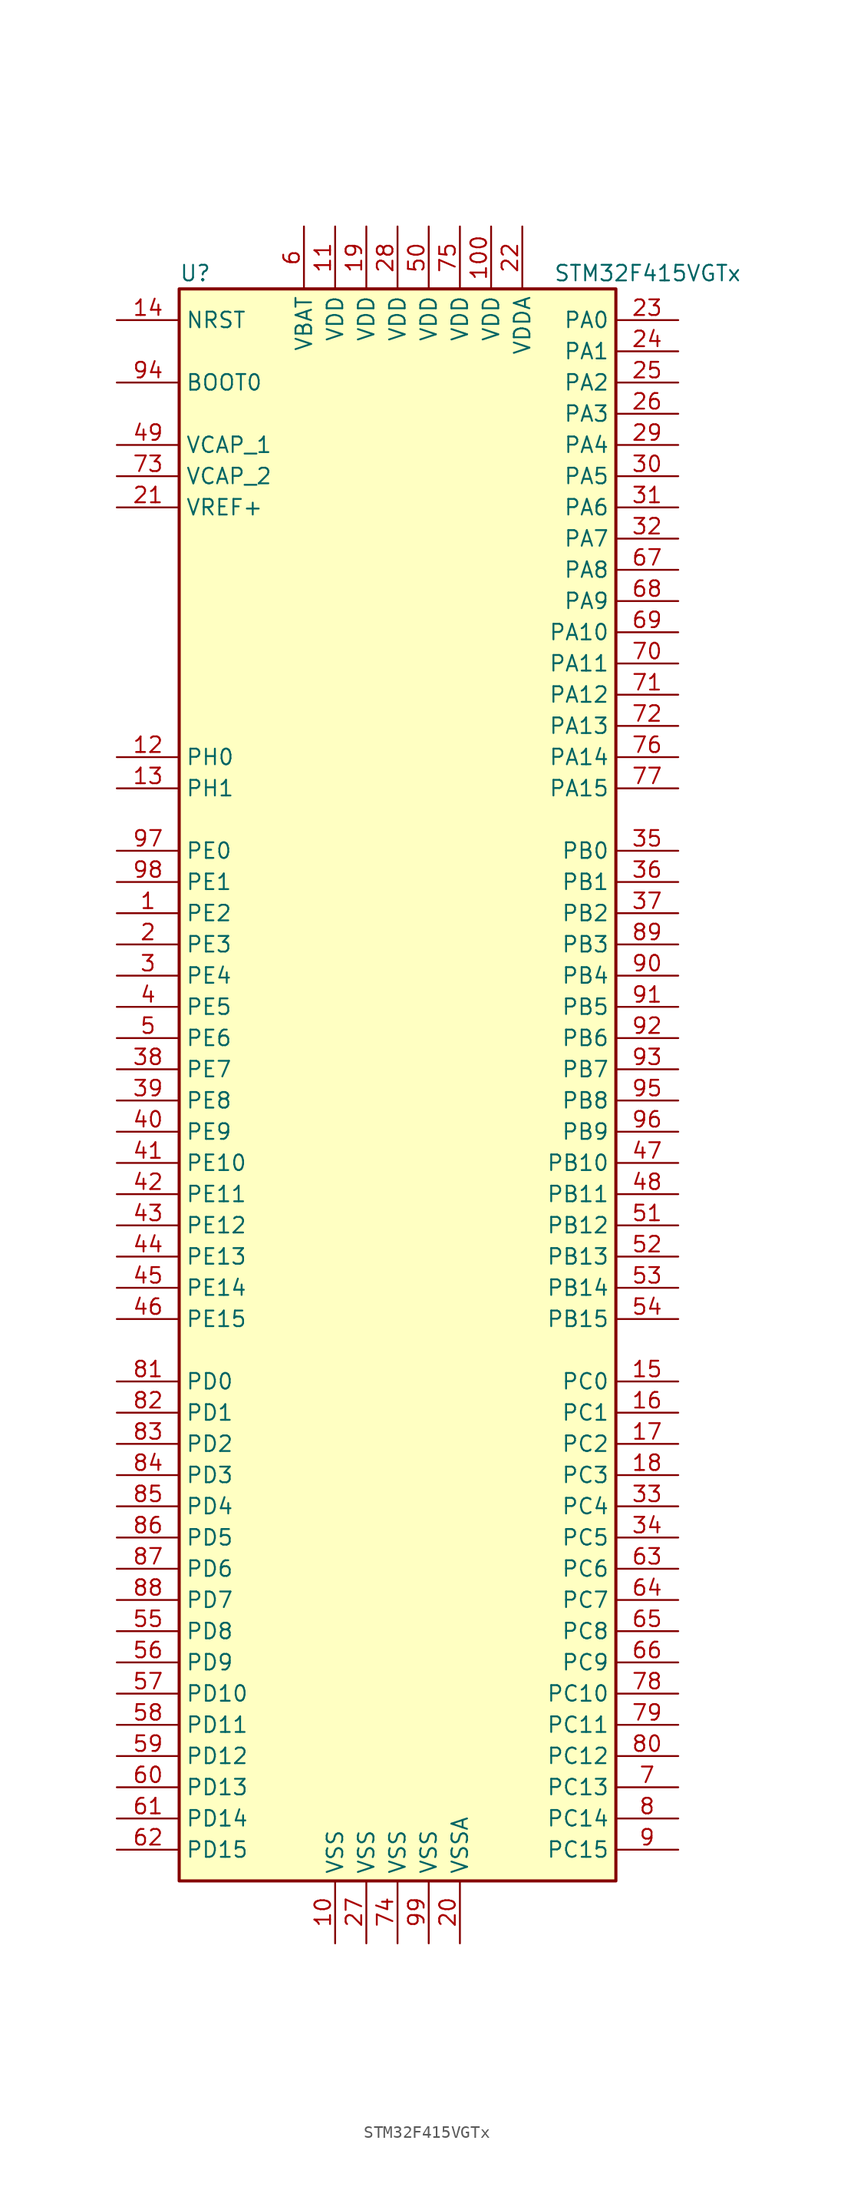
<source format=kicad_sym>
(kicad_symbol_lib
  (version 20201005)
  (generator kicad_symbol_editor)
  (symbol "STM32F415VGTx"
    (property "Reference" "U"
      (at -17.78 64.77 0)
      (effects (font (size 1.27 1.27)) (justify left)))
    (property "Value" "STM32F415VGTx"
      (at 12.7 64.77 0)
      (effects (font (size 1.27 1.27)) (justify left)))
    (symbol "STM32F415VGTx_0_1"
      (rectangle (start -17.78 -66.04) (end 17.78 63.5) (stroke (width 0.254)) (fill (type background))))
    (symbol "STM32F415VGTx_1_1"
      (pin bidirectional line (at -22.86 12.7 0) (length 5.08) (name "PE2" (effects (font (size 1.27 1.27)))) (number "1" (effects (font (size 1.27 1.27)))))
      (pin power_in line (at -5.08 -71.12 90) (length 5.08) (name "VSS" (effects (font (size 1.27 1.27)))) (number "10" (effects (font (size 1.27 1.27)))))
      (pin power_in line (at 7.62 68.58 270) (length 5.08) (name "VDD" (effects (font (size 1.27 1.27)))) (number "100" (effects (font (size 1.27 1.27)))))
      (pin power_in line (at -5.08 68.58 270) (length 5.08) (name "VDD" (effects (font (size 1.27 1.27)))) (number "11" (effects (font (size 1.27 1.27)))))
      (pin input line (at -22.86 25.4 0) (length 5.08) (name "PH0" (effects (font (size 1.27 1.27)))) (number "12" (effects (font (size 1.27 1.27)))))
      (pin input line (at -22.86 22.86 0) (length 5.08) (name "PH1" (effects (font (size 1.27 1.27)))) (number "13" (effects (font (size 1.27 1.27)))))
      (pin input line (at -22.86 60.96 0) (length 5.08) (name "NRST" (effects (font (size 1.27 1.27)))) (number "14" (effects (font (size 1.27 1.27)))))
      (pin bidirectional line (at 22.86 -25.4 180) (length 5.08) (name "PC0" (effects (font (size 1.27 1.27)))) (number "15" (effects (font (size 1.27 1.27)))))
      (pin bidirectional line (at 22.86 -27.94 180) (length 5.08) (name "PC1" (effects (font (size 1.27 1.27)))) (number "16" (effects (font (size 1.27 1.27)))))
      (pin bidirectional line (at 22.86 -30.48 180) (length 5.08) (name "PC2" (effects (font (size 1.27 1.27)))) (number "17" (effects (font (size 1.27 1.27)))))
      (pin bidirectional line (at 22.86 -33.02 180) (length 5.08) (name "PC3" (effects (font (size 1.27 1.27)))) (number "18" (effects (font (size 1.27 1.27)))))
      (pin power_in line (at -2.54 68.58 270) (length 5.08) (name "VDD" (effects (font (size 1.27 1.27)))) (number "19" (effects (font (size 1.27 1.27)))))
      (pin bidirectional line (at -22.86 10.16 0) (length 5.08) (name "PE3" (effects (font (size 1.27 1.27)))) (number "2" (effects (font (size 1.27 1.27)))))
      (pin power_in line (at 5.08 -71.12 90) (length 5.08) (name "VSSA" (effects (font (size 1.27 1.27)))) (number "20" (effects (font (size 1.27 1.27)))))
      (pin power_in line (at -22.86 45.72 0) (length 5.08) (name "VREF+" (effects (font (size 1.27 1.27)))) (number "21" (effects (font (size 1.27 1.27)))))
      (pin power_in line (at 10.16 68.58 270) (length 5.08) (name "VDDA" (effects (font (size 1.27 1.27)))) (number "22" (effects (font (size 1.27 1.27)))))
      (pin bidirectional line (at 22.86 60.96 180) (length 5.08) (name "PA0" (effects (font (size 1.27 1.27)))) (number "23" (effects (font (size 1.27 1.27)))))
      (pin bidirectional line (at 22.86 58.42 180) (length 5.08) (name "PA1" (effects (font (size 1.27 1.27)))) (number "24" (effects (font (size 1.27 1.27)))))
      (pin bidirectional line (at 22.86 55.88 180) (length 5.08) (name "PA2" (effects (font (size 1.27 1.27)))) (number "25" (effects (font (size 1.27 1.27)))))
      (pin bidirectional line (at 22.86 53.34 180) (length 5.08) (name "PA3" (effects (font (size 1.27 1.27)))) (number "26" (effects (font (size 1.27 1.27)))))
      (pin power_in line (at -2.54 -71.12 90) (length 5.08) (name "VSS" (effects (font (size 1.27 1.27)))) (number "27" (effects (font (size 1.27 1.27)))))
      (pin power_in line (at 0 68.58 270) (length 5.08) (name "VDD" (effects (font (size 1.27 1.27)))) (number "28" (effects (font (size 1.27 1.27)))))
      (pin bidirectional line (at 22.86 50.8 180) (length 5.08) (name "PA4" (effects (font (size 1.27 1.27)))) (number "29" (effects (font (size 1.27 1.27)))))
      (pin bidirectional line (at -22.86 7.62 0) (length 5.08) (name "PE4" (effects (font (size 1.27 1.27)))) (number "3" (effects (font (size 1.27 1.27)))))
      (pin bidirectional line (at 22.86 48.26 180) (length 5.08) (name "PA5" (effects (font (size 1.27 1.27)))) (number "30" (effects (font (size 1.27 1.27)))))
      (pin bidirectional line (at 22.86 45.72 180) (length 5.08) (name "PA6" (effects (font (size 1.27 1.27)))) (number "31" (effects (font (size 1.27 1.27)))))
      (pin bidirectional line (at 22.86 43.18 180) (length 5.08) (name "PA7" (effects (font (size 1.27 1.27)))) (number "32" (effects (font (size 1.27 1.27)))))
      (pin bidirectional line (at 22.86 -35.56 180) (length 5.08) (name "PC4" (effects (font (size 1.27 1.27)))) (number "33" (effects (font (size 1.27 1.27)))))
      (pin bidirectional line (at 22.86 -38.1 180) (length 5.08) (name "PC5" (effects (font (size 1.27 1.27)))) (number "34" (effects (font (size 1.27 1.27)))))
      (pin bidirectional line (at 22.86 17.78 180) (length 5.08) (name "PB0" (effects (font (size 1.27 1.27)))) (number "35" (effects (font (size 1.27 1.27)))))
      (pin bidirectional line (at 22.86 15.24 180) (length 5.08) (name "PB1" (effects (font (size 1.27 1.27)))) (number "36" (effects (font (size 1.27 1.27)))))
      (pin bidirectional line (at 22.86 12.7 180) (length 5.08) (name "PB2" (effects (font (size 1.27 1.27)))) (number "37" (effects (font (size 1.27 1.27)))))
      (pin bidirectional line (at -22.86 0 0) (length 5.08) (name "PE7" (effects (font (size 1.27 1.27)))) (number "38" (effects (font (size 1.27 1.27)))))
      (pin bidirectional line (at -22.86 -2.54 0) (length 5.08) (name "PE8" (effects (font (size 1.27 1.27)))) (number "39" (effects (font (size 1.27 1.27)))))
      (pin bidirectional line (at -22.86 5.08 0) (length 5.08) (name "PE5" (effects (font (size 1.27 1.27)))) (number "4" (effects (font (size 1.27 1.27)))))
      (pin bidirectional line (at -22.86 -5.08 0) (length 5.08) (name "PE9" (effects (font (size 1.27 1.27)))) (number "40" (effects (font (size 1.27 1.27)))))
      (pin bidirectional line (at -22.86 -7.62 0) (length 5.08) (name "PE10" (effects (font (size 1.27 1.27)))) (number "41" (effects (font (size 1.27 1.27)))))
      (pin bidirectional line (at -22.86 -10.16 0) (length 5.08) (name "PE11" (effects (font (size 1.27 1.27)))) (number "42" (effects (font (size 1.27 1.27)))))
      (pin bidirectional line (at -22.86 -12.7 0) (length 5.08) (name "PE12" (effects (font (size 1.27 1.27)))) (number "43" (effects (font (size 1.27 1.27)))))
      (pin bidirectional line (at -22.86 -15.24 0) (length 5.08) (name "PE13" (effects (font (size 1.27 1.27)))) (number "44" (effects (font (size 1.27 1.27)))))
      (pin bidirectional line (at -22.86 -17.78 0) (length 5.08) (name "PE14" (effects (font (size 1.27 1.27)))) (number "45" (effects (font (size 1.27 1.27)))))
      (pin bidirectional line (at -22.86 -20.32 0) (length 5.08) (name "PE15" (effects (font (size 1.27 1.27)))) (number "46" (effects (font (size 1.27 1.27)))))
      (pin bidirectional line (at 22.86 -7.62 180) (length 5.08) (name "PB10" (effects (font (size 1.27 1.27)))) (number "47" (effects (font (size 1.27 1.27)))))
      (pin bidirectional line (at 22.86 -10.16 180) (length 5.08) (name "PB11" (effects (font (size 1.27 1.27)))) (number "48" (effects (font (size 1.27 1.27)))))
      (pin power_in line (at -22.86 50.8 0) (length 5.08) (name "VCAP_1" (effects (font (size 1.27 1.27)))) (number "49" (effects (font (size 1.27 1.27)))))
      (pin bidirectional line (at -22.86 2.54 0) (length 5.08) (name "PE6" (effects (font (size 1.27 1.27)))) (number "5" (effects (font (size 1.27 1.27)))))
      (pin power_in line (at 2.54 68.58 270) (length 5.08) (name "VDD" (effects (font (size 1.27 1.27)))) (number "50" (effects (font (size 1.27 1.27)))))
      (pin bidirectional line (at 22.86 -12.7 180) (length 5.08) (name "PB12" (effects (font (size 1.27 1.27)))) (number "51" (effects (font (size 1.27 1.27)))))
      (pin bidirectional line (at 22.86 -15.24 180) (length 5.08) (name "PB13" (effects (font (size 1.27 1.27)))) (number "52" (effects (font (size 1.27 1.27)))))
      (pin bidirectional line (at 22.86 -17.78 180) (length 5.08) (name "PB14" (effects (font (size 1.27 1.27)))) (number "53" (effects (font (size 1.27 1.27)))))
      (pin bidirectional line (at 22.86 -20.32 180) (length 5.08) (name "PB15" (effects (font (size 1.27 1.27)))) (number "54" (effects (font (size 1.27 1.27)))))
      (pin bidirectional line (at -22.86 -45.72 0) (length 5.08) (name "PD8" (effects (font (size 1.27 1.27)))) (number "55" (effects (font (size 1.27 1.27)))))
      (pin bidirectional line (at -22.86 -48.26 0) (length 5.08) (name "PD9" (effects (font (size 1.27 1.27)))) (number "56" (effects (font (size 1.27 1.27)))))
      (pin bidirectional line (at -22.86 -50.8 0) (length 5.08) (name "PD10" (effects (font (size 1.27 1.27)))) (number "57" (effects (font (size 1.27 1.27)))))
      (pin bidirectional line (at -22.86 -53.34 0) (length 5.08) (name "PD11" (effects (font (size 1.27 1.27)))) (number "58" (effects (font (size 1.27 1.27)))))
      (pin bidirectional line (at -22.86 -55.88 0) (length 5.08) (name "PD12" (effects (font (size 1.27 1.27)))) (number "59" (effects (font (size 1.27 1.27)))))
      (pin power_in line (at -7.62 68.58 270) (length 5.08) (name "VBAT" (effects (font (size 1.27 1.27)))) (number "6" (effects (font (size 1.27 1.27)))))
      (pin bidirectional line (at -22.86 -58.42 0) (length 5.08) (name "PD13" (effects (font (size 1.27 1.27)))) (number "60" (effects (font (size 1.27 1.27)))))
      (pin bidirectional line (at -22.86 -60.96 0) (length 5.08) (name "PD14" (effects (font (size 1.27 1.27)))) (number "61" (effects (font (size 1.27 1.27)))))
      (pin bidirectional line (at -22.86 -63.5 0) (length 5.08) (name "PD15" (effects (font (size 1.27 1.27)))) (number "62" (effects (font (size 1.27 1.27)))))
      (pin bidirectional line (at 22.86 -40.64 180) (length 5.08) (name "PC6" (effects (font (size 1.27 1.27)))) (number "63" (effects (font (size 1.27 1.27)))))
      (pin bidirectional line (at 22.86 -43.18 180) (length 5.08) (name "PC7" (effects (font (size 1.27 1.27)))) (number "64" (effects (font (size 1.27 1.27)))))
      (pin bidirectional line (at 22.86 -45.72 180) (length 5.08) (name "PC8" (effects (font (size 1.27 1.27)))) (number "65" (effects (font (size 1.27 1.27)))))
      (pin bidirectional line (at 22.86 -48.26 180) (length 5.08) (name "PC9" (effects (font (size 1.27 1.27)))) (number "66" (effects (font (size 1.27 1.27)))))
      (pin bidirectional line (at 22.86 40.64 180) (length 5.08) (name "PA8" (effects (font (size 1.27 1.27)))) (number "67" (effects (font (size 1.27 1.27)))))
      (pin bidirectional line (at 22.86 38.1 180) (length 5.08) (name "PA9" (effects (font (size 1.27 1.27)))) (number "68" (effects (font (size 1.27 1.27)))))
      (pin bidirectional line (at 22.86 35.56 180) (length 5.08) (name "PA10" (effects (font (size 1.27 1.27)))) (number "69" (effects (font (size 1.27 1.27)))))
      (pin bidirectional line (at 22.86 -58.42 180) (length 5.08) (name "PC13" (effects (font (size 1.27 1.27)))) (number "7" (effects (font (size 1.27 1.27)))))
      (pin bidirectional line (at 22.86 33.02 180) (length 5.08) (name "PA11" (effects (font (size 1.27 1.27)))) (number "70" (effects (font (size 1.27 1.27)))))
      (pin bidirectional line (at 22.86 30.48 180) (length 5.08) (name "PA12" (effects (font (size 1.27 1.27)))) (number "71" (effects (font (size 1.27 1.27)))))
      (pin bidirectional line (at 22.86 27.94 180) (length 5.08) (name "PA13" (effects (font (size 1.27 1.27)))) (number "72" (effects (font (size 1.27 1.27)))))
      (pin power_in line (at -22.86 48.26 0) (length 5.08) (name "VCAP_2" (effects (font (size 1.27 1.27)))) (number "73" (effects (font (size 1.27 1.27)))))
      (pin power_in line (at 0 -71.12 90) (length 5.08) (name "VSS" (effects (font (size 1.27 1.27)))) (number "74" (effects (font (size 1.27 1.27)))))
      (pin power_in line (at 5.08 68.58 270) (length 5.08) (name "VDD" (effects (font (size 1.27 1.27)))) (number "75" (effects (font (size 1.27 1.27)))))
      (pin bidirectional line (at 22.86 25.4 180) (length 5.08) (name "PA14" (effects (font (size 1.27 1.27)))) (number "76" (effects (font (size 1.27 1.27)))))
      (pin bidirectional line (at 22.86 22.86 180) (length 5.08) (name "PA15" (effects (font (size 1.27 1.27)))) (number "77" (effects (font (size 1.27 1.27)))))
      (pin bidirectional line (at 22.86 -50.8 180) (length 5.08) (name "PC10" (effects (font (size 1.27 1.27)))) (number "78" (effects (font (size 1.27 1.27)))))
      (pin bidirectional line (at 22.86 -53.34 180) (length 5.08) (name "PC11" (effects (font (size 1.27 1.27)))) (number "79" (effects (font (size 1.27 1.27)))))
      (pin bidirectional line (at 22.86 -60.96 180) (length 5.08) (name "PC14" (effects (font (size 1.27 1.27)))) (number "8" (effects (font (size 1.27 1.27)))))
      (pin bidirectional line (at 22.86 -55.88 180) (length 5.08) (name "PC12" (effects (font (size 1.27 1.27)))) (number "80" (effects (font (size 1.27 1.27)))))
      (pin bidirectional line (at -22.86 -25.4 0) (length 5.08) (name "PD0" (effects (font (size 1.27 1.27)))) (number "81" (effects (font (size 1.27 1.27)))))
      (pin bidirectional line (at -22.86 -27.94 0) (length 5.08) (name "PD1" (effects (font (size 1.27 1.27)))) (number "82" (effects (font (size 1.27 1.27)))))
      (pin bidirectional line (at -22.86 -30.48 0) (length 5.08) (name "PD2" (effects (font (size 1.27 1.27)))) (number "83" (effects (font (size 1.27 1.27)))))
      (pin bidirectional line (at -22.86 -33.02 0) (length 5.08) (name "PD3" (effects (font (size 1.27 1.27)))) (number "84" (effects (font (size 1.27 1.27)))))
      (pin bidirectional line (at -22.86 -35.56 0) (length 5.08) (name "PD4" (effects (font (size 1.27 1.27)))) (number "85" (effects (font (size 1.27 1.27)))))
      (pin bidirectional line (at -22.86 -38.1 0) (length 5.08) (name "PD5" (effects (font (size 1.27 1.27)))) (number "86" (effects (font (size 1.27 1.27)))))
      (pin bidirectional line (at -22.86 -40.64 0) (length 5.08) (name "PD6" (effects (font (size 1.27 1.27)))) (number "87" (effects (font (size 1.27 1.27)))))
      (pin bidirectional line (at -22.86 -43.18 0) (length 5.08) (name "PD7" (effects (font (size 1.27 1.27)))) (number "88" (effects (font (size 1.27 1.27)))))
      (pin bidirectional line (at 22.86 10.16 180) (length 5.08) (name "PB3" (effects (font (size 1.27 1.27)))) (number "89" (effects (font (size 1.27 1.27)))))
      (pin bidirectional line (at 22.86 -63.5 180) (length 5.08) (name "PC15" (effects (font (size 1.27 1.27)))) (number "9" (effects (font (size 1.27 1.27)))))
      (pin bidirectional line (at 22.86 7.62 180) (length 5.08) (name "PB4" (effects (font (size 1.27 1.27)))) (number "90" (effects (font (size 1.27 1.27)))))
      (pin bidirectional line (at 22.86 5.08 180) (length 5.08) (name "PB5" (effects (font (size 1.27 1.27)))) (number "91" (effects (font (size 1.27 1.27)))))
      (pin bidirectional line (at 22.86 2.54 180) (length 5.08) (name "PB6" (effects (font (size 1.27 1.27)))) (number "92" (effects (font (size 1.27 1.27)))))
      (pin bidirectional line (at 22.86 0 180) (length 5.08) (name "PB7" (effects (font (size 1.27 1.27)))) (number "93" (effects (font (size 1.27 1.27)))))
      (pin input line (at -22.86 55.88 0) (length 5.08) (name "BOOT0" (effects (font (size 1.27 1.27)))) (number "94" (effects (font (size 1.27 1.27)))))
      (pin bidirectional line (at 22.86 -2.54 180) (length 5.08) (name "PB8" (effects (font (size 1.27 1.27)))) (number "95" (effects (font (size 1.27 1.27)))))
      (pin bidirectional line (at 22.86 -5.08 180) (length 5.08) (name "PB9" (effects (font (size 1.27 1.27)))) (number "96" (effects (font (size 1.27 1.27)))))
      (pin bidirectional line (at -22.86 17.78 0) (length 5.08) (name "PE0" (effects (font (size 1.27 1.27)))) (number "97" (effects (font (size 1.27 1.27)))))
      (pin bidirectional line (at -22.86 15.24 0) (length 5.08) (name "PE1" (effects (font (size 1.27 1.27)))) (number "98" (effects (font (size 1.27 1.27)))))
      (pin power_in line (at 2.54 -71.12 90) (length 5.08) (name "VSS" (effects (font (size 1.27 1.27)))) (number "99" (effects (font (size 1.27 1.27))))))))
</source>
